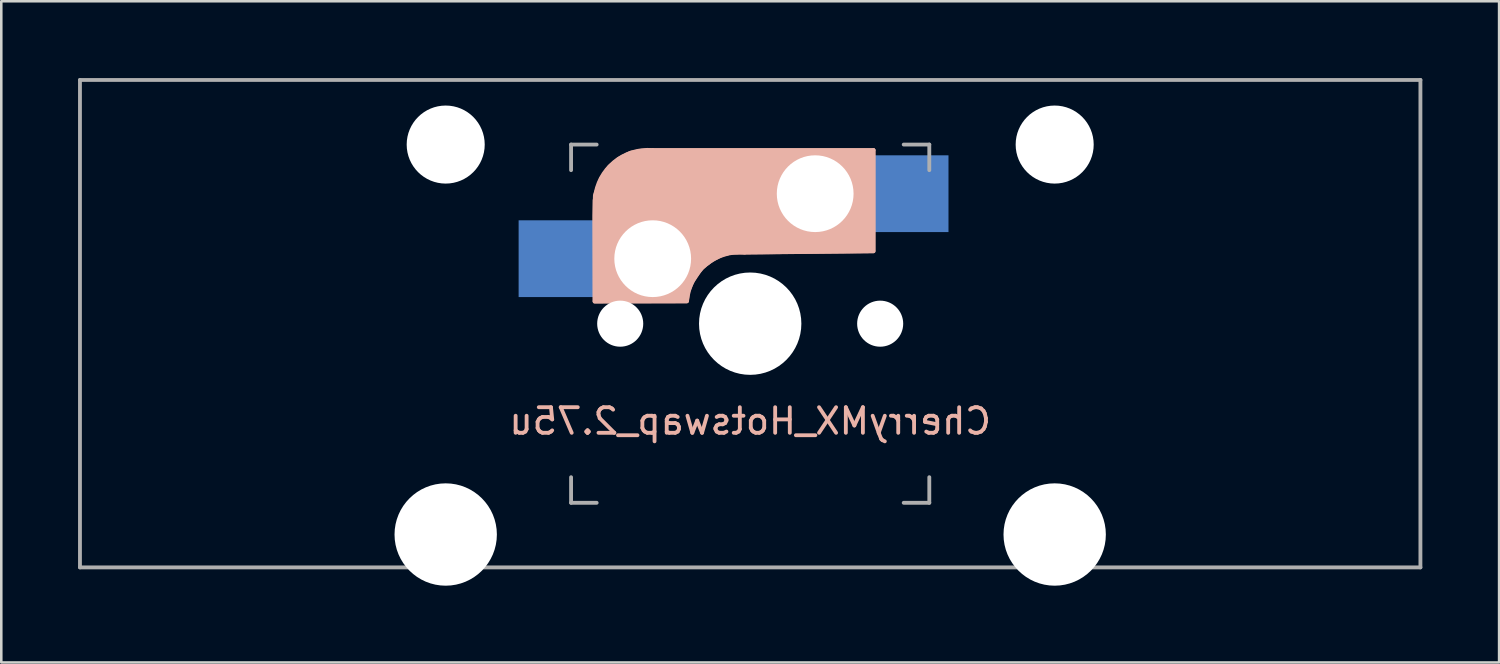
<source format=kicad_pcb>
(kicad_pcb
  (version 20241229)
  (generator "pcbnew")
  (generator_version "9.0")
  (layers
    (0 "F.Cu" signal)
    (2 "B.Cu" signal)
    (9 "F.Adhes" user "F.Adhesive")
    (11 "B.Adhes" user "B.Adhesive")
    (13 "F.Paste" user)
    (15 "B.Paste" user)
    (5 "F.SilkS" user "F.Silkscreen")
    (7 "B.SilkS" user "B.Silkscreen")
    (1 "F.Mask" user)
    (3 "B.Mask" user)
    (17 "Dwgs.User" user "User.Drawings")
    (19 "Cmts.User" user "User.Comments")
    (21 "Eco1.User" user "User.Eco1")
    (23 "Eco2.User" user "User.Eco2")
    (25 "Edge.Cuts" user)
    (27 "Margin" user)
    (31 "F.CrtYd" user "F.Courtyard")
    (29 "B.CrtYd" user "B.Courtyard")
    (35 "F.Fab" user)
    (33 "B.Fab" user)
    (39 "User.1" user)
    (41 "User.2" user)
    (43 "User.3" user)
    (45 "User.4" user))
  (footprint "CherryMX_Hotswap_2.75u"
    (layer "F.Cu")
    (at 26.269 9.6)
    (property "Reference" "CherryMX_Hotswap_2.75u" (at 0 3.81 0) (layer "B.SilkS") (effects (font (size 1 1) (thickness 0.15)) (justify mirror)))
    (attr smd)
    (fp_line (start -6.08 -4.83) (end -6.08 -0.885) (stroke (width 0.15) (type solid)) (layer "B.SilkS"))
    (fp_line (start -6.08 -0.876) (end -2.47 -0.876) (stroke (width 0.15) (type solid)) (layer "B.SilkS"))
    (fp_line (start 4.82 -6.784) (end -3.805 -6.784) (stroke (width 0.15) (type solid)) (layer "B.SilkS"))
    (fp_line (start 4.82 -2.876) (end 4.82 -6.784) (stroke (width 0.15) (type solid)) (layer "B.SilkS"))
    (fp_line (start 4.82 -2.83) (end -0.23 -2.784) (stroke (width 0.15) (type solid)) (layer "B.SilkS"))
    (fp_arc (start -6.069 -4.9) (mid -5.327189 -6.31089) (end -3.805 -6.784) (stroke (width 0.15) (type solid)) (layer "B.SilkS"))
    (fp_arc (start -2.465 -0.9) (mid -1.724361 -2.308061) (end -0.205 -2.78) (stroke (width 0.15) (type solid)) (layer "B.SilkS"))
    (fp_poly (pts (xy -6.08 -0.86) (xy -2.48 -0.87) (xy -2.42 -1.27) (xy -2.27 -1.62) (xy -1.89 -2.19) (xy -1.48 -2.49) (xy -1.12 -2.68) (xy -0.78 -2.77) (xy 4.82 -2.83) (xy 4.82 -6.78) (xy -4 -6.78) (xy -4.68 -6.68) (xy -5.13 -6.45) (xy -5.52 -6.12) (xy -5.84 -5.65) (xy -6.07 -5.01) (xy -6.09 -4.22)) (stroke (width 0.15) (type solid)) (fill yes) (layer "B.SilkS"))
    (fp_line (start -26.194 -9.525) (end -26.194 9.525) (stroke (width 0.15) (type solid)) (layer "F.Fab"))
    (fp_line (start -26.194 9.525) (end 26.194 9.525) (stroke (width 0.15) (type solid)) (layer "F.Fab"))
    (fp_line (start -7 -7) (end -6 -7) (stroke (width 0.15) (type solid)) (layer "F.Fab"))
    (fp_line (start -7 -6) (end -7 -7) (stroke (width 0.15) (type solid)) (layer "F.Fab"))
    (fp_line (start -7 7) (end -7 6) (stroke (width 0.15) (type solid)) (layer "F.Fab"))
    (fp_line (start -6 7) (end -7 7) (stroke (width 0.15) (type solid)) (layer "F.Fab"))
    (fp_line (start 6 -7) (end 7 -7) (stroke (width 0.15) (type solid)) (layer "F.Fab"))
    (fp_line (start 7 -7) (end 7 -6) (stroke (width 0.15) (type solid)) (layer "F.Fab"))
    (fp_line (start 7 6) (end 7 7) (stroke (width 0.15) (type solid)) (layer "F.Fab"))
    (fp_line (start 7 7) (end 6 7) (stroke (width 0.15) (type solid)) (layer "F.Fab"))
    (fp_line (start 26.194 -9.525) (end -26.194 -9.525) (stroke (width 0.15) (type solid)) (layer "F.Fab"))
    (fp_line (start 26.194 9.525) (end 26.194 -9.525) (stroke (width 0.15) (type solid)) (layer "F.Fab"))
    (pad "" np_thru_hole circle (at -11.9 -7 180) (size 3.05 3.05) (drill 3.05) (layers "*.Cu" "*.Mask"))
    (pad "" np_thru_hole circle (at -11.9 8.24 180) (size 4 4) (drill 4) (layers "*.Cu" "*.Mask"))
    (pad "" np_thru_hole circle (at -5.08 0) (size 1.8 1.8) (drill 1.8) (layers "*.Cu" "*.Mask"))
    (pad "" np_thru_hole circle (at -3.81 -2.54 180) (size 3 3) (drill 3) (layers "*.Cu" "*.Mask"))
    (pad "" np_thru_hole circle (at 0 0 90) (size 4 4) (drill 4) (layers "*.Cu" "*.Mask"))
    (pad "" np_thru_hole circle (at 2.54 -5.08 180) (size 3 3) (drill 3) (layers "*.Cu" "*.Mask"))
    (pad "" np_thru_hole circle (at 5.08 0) (size 1.8 1.8) (drill 1.8) (layers "*.Cu" "*.Mask"))
    (pad "" np_thru_hole circle (at 11.9 -7 180) (size 3.05 3.05) (drill 3.05) (layers "*.Cu" "*.Mask"))
    (pad "" np_thru_hole circle (at 11.9 8.24 180) (size 4 4) (drill 4) (layers "*.Cu" "*.Mask"))
    (pad "1" smd rect (at -6.9 -2.54 180) (size 3.3 3) (drill (offset 0.5 0)) (layers "B.Cu" "B.Mask" "B.Paste"))
    (pad "2" smd rect (at 5.6 -5.08 180) (size 3.3 3) (drill (offset -0.5 0)) (layers "B.Cu" "B.Mask" "B.Paste")))
  (gr_rect
    (start -3 -3)
    (end 55.538 22.84)
    (stroke (width 0.1) (type default))
    (fill no)
    (layer "Edge.Cuts")))
</source>
